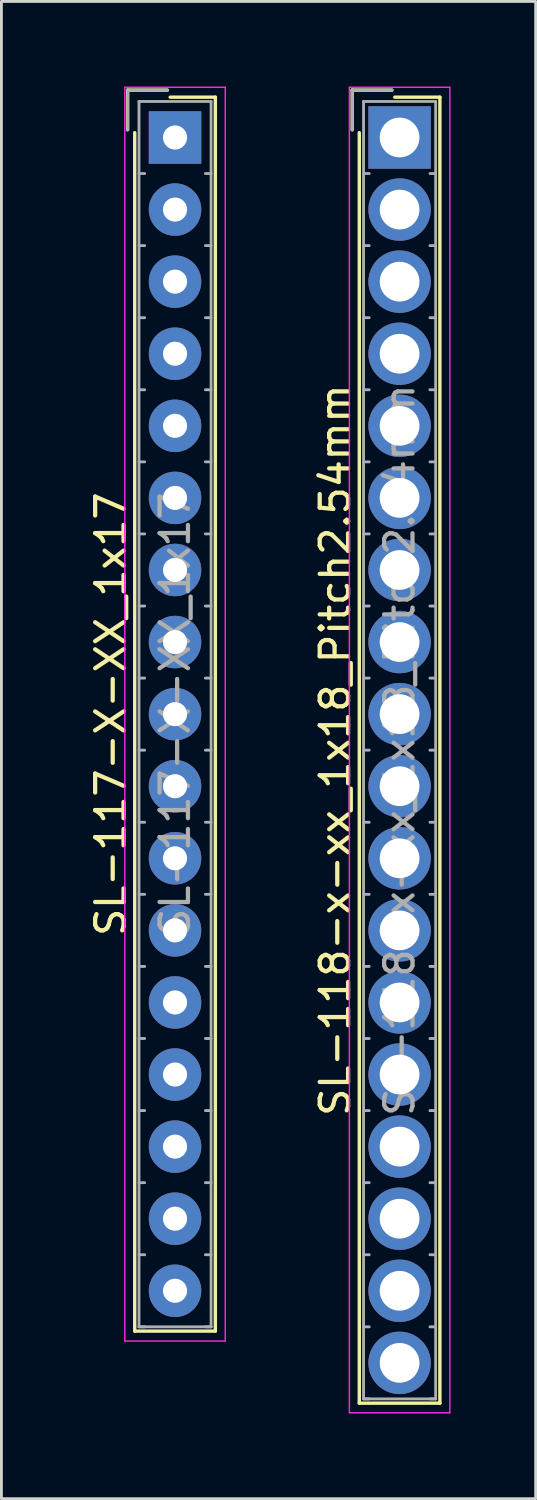
<source format=kicad_pcb>
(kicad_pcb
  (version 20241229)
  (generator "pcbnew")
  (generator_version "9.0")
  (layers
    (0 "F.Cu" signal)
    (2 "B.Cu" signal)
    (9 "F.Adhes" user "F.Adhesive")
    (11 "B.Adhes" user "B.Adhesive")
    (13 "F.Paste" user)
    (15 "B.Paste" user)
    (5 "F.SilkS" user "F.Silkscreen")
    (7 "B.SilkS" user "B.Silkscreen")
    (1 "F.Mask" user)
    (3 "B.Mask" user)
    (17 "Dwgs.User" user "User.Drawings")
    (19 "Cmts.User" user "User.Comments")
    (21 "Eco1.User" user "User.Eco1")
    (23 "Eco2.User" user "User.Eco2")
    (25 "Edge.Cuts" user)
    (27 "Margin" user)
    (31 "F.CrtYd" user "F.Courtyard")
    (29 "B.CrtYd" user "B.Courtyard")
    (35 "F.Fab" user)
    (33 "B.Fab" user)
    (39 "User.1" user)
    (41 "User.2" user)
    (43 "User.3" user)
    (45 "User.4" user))
  (footprint "SL-118-x-xx_1x18_Pitch2.54mm"
    (layer "F.Cu")
    (at 11.031 1.795)
    (property "Reference" "SL-118-x-xx_1x18_Pitch2.54mm" (at -2.27 21.59 90) (layer "F.SilkS") (effects (font (size 1 1) (thickness 0.15))))
    (attr through_hole)
    (fp_line (start -1.67 -1.67) (end -1.67 -0.27) (stroke (width 0.12) (type solid)) (layer "F.SilkS"))
    (fp_line (start -1.42 44.6) (end -1.42 -0.17) (stroke (width 0.12) (type solid)) (layer "F.SilkS"))
    (fp_line (start -0.27 -1.67) (end -1.67 -1.67) (stroke (width 0.12) (type solid)) (layer "F.SilkS"))
    (fp_line (start -0.17 -1.42) (end 1.42 -1.42) (stroke (width 0.12) (type solid)) (layer "F.SilkS"))
    (fp_line (start 1.42 -1.42) (end 1.42 44.6) (stroke (width 0.12) (type solid)) (layer "F.SilkS"))
    (fp_line (start 1.42 44.6) (end -1.42 44.6) (stroke (width 0.12) (type solid)) (layer "F.SilkS"))
    (fp_line (start -1.77 -1.77) (end -1.77 44.94) (stroke (width 0.05) (type solid)) (layer "F.CrtYd"))
    (fp_line (start -1.77 44.94) (end 1.77 44.94) (stroke (width 0.05) (type solid)) (layer "F.CrtYd"))
    (fp_line (start 1.77 -1.77) (end -1.77 -1.77) (stroke (width 0.05) (type solid)) (layer "F.CrtYd"))
    (fp_line (start 1.77 44.94) (end 1.77 -1.77) (stroke (width 0.05) (type solid)) (layer "F.CrtYd"))
    (fp_line (start -1.67 -1.67) (end -1.67 -0.27) (stroke (width 0.1) (type solid)) (layer "F.Fab"))
    (fp_line (start -1.27 -1.27) (end -1.27 44.45) (stroke (width 0.1) (type solid)) (layer "F.Fab"))
    (fp_line (start -1.27 1.27) (end -1.07 1.27) (stroke (width 0.1) (type solid)) (layer "F.Fab"))
    (fp_line (start -1.27 3.81) (end -1.07 3.81) (stroke (width 0.1) (type solid)) (layer "F.Fab"))
    (fp_line (start -1.27 6.35) (end -1.07 6.35) (stroke (width 0.1) (type solid)) (layer "F.Fab"))
    (fp_line (start -1.27 8.89) (end -1.07 8.89) (stroke (width 0.1) (type solid)) (layer "F.Fab"))
    (fp_line (start -1.27 11.43) (end -1.07 11.43) (stroke (width 0.1) (type solid)) (layer "F.Fab"))
    (fp_line (start -1.27 13.97) (end -1.07 13.97) (stroke (width 0.1) (type solid)) (layer "F.Fab"))
    (fp_line (start -1.27 16.51) (end -1.07 16.51) (stroke (width 0.1) (type solid)) (layer "F.Fab"))
    (fp_line (start -1.27 19.05) (end -1.07 19.05) (stroke (width 0.1) (type solid)) (layer "F.Fab"))
    (fp_line (start -1.27 21.59) (end -1.07 21.59) (stroke (width 0.1) (type solid)) (layer "F.Fab"))
    (fp_line (start -1.27 24.13) (end -1.07 24.13) (stroke (width 0.1) (type solid)) (layer "F.Fab"))
    (fp_line (start -1.27 26.67) (end -1.07 26.67) (stroke (width 0.1) (type solid)) (layer "F.Fab"))
    (fp_line (start -1.27 29.21) (end -1.07 29.21) (stroke (width 0.1) (type solid)) (layer "F.Fab"))
    (fp_line (start -1.27 31.75) (end -1.07 31.75) (stroke (width 0.1) (type solid)) (layer "F.Fab"))
    (fp_line (start -1.27 34.29) (end -1.07 34.29) (stroke (width 0.1) (type solid)) (layer "F.Fab"))
    (fp_line (start -1.27 36.83) (end -1.07 36.83) (stroke (width 0.1) (type solid)) (layer "F.Fab"))
    (fp_line (start -1.27 39.37) (end -1.07 39.37) (stroke (width 0.1) (type solid)) (layer "F.Fab"))
    (fp_line (start -1.27 41.91) (end -1.07 41.91) (stroke (width 0.1) (type solid)) (layer "F.Fab"))
    (fp_line (start -1.27 44.45) (end -1.07 44.45) (stroke (width 0.1) (type solid)) (layer "F.Fab"))
    (fp_line (start -1.27 44.45) (end 1.27 44.45) (stroke (width 0.1) (type solid)) (layer "F.Fab"))
    (fp_line (start -0.27 -1.67) (end -1.67 -1.67) (stroke (width 0.1) (type solid)) (layer "F.Fab"))
    (fp_line (start 1.27 -1.27) (end -1.27 -1.27) (stroke (width 0.1) (type solid)) (layer "F.Fab"))
    (fp_line (start 1.27 1.27) (end 1.07 1.27) (stroke (width 0.1) (type solid)) (layer "F.Fab"))
    (fp_line (start 1.27 3.81) (end 1.07 3.81) (stroke (width 0.1) (type solid)) (layer "F.Fab"))
    (fp_line (start 1.27 6.35) (end 1.07 6.35) (stroke (width 0.1) (type solid)) (layer "F.Fab"))
    (fp_line (start 1.27 8.89) (end 1.07 8.89) (stroke (width 0.1) (type solid)) (layer "F.Fab"))
    (fp_line (start 1.27 11.43) (end 1.07 11.43) (stroke (width 0.1) (type solid)) (layer "F.Fab"))
    (fp_line (start 1.27 13.97) (end 1.07 13.97) (stroke (width 0.1) (type solid)) (layer "F.Fab"))
    (fp_line (start 1.27 16.51) (end 1.07 16.51) (stroke (width 0.1) (type solid)) (layer "F.Fab"))
    (fp_line (start 1.27 19.05) (end 1.07 19.05) (stroke (width 0.1) (type solid)) (layer "F.Fab"))
    (fp_line (start 1.27 21.59) (end 1.07 21.59) (stroke (width 0.1) (type solid)) (layer "F.Fab"))
    (fp_line (start 1.27 24.13) (end 1.07 24.13) (stroke (width 0.1) (type solid)) (layer "F.Fab"))
    (fp_line (start 1.27 26.67) (end 1.07 26.67) (stroke (width 0.1) (type solid)) (layer "F.Fab"))
    (fp_line (start 1.27 29.21) (end 1.07 29.21) (stroke (width 0.1) (type solid)) (layer "F.Fab"))
    (fp_line (start 1.27 31.75) (end 1.07 31.75) (stroke (width 0.1) (type solid)) (layer "F.Fab"))
    (fp_line (start 1.27 34.29) (end 1.07 34.29) (stroke (width 0.1) (type solid)) (layer "F.Fab"))
    (fp_line (start 1.27 36.83) (end 1.07 36.83) (stroke (width 0.1) (type solid)) (layer "F.Fab"))
    (fp_line (start 1.27 39.37) (end 1.07 39.37) (stroke (width 0.1) (type solid)) (layer "F.Fab"))
    (fp_line (start 1.27 41.91) (end 1.07 41.91) (stroke (width 0.1) (type solid)) (layer "F.Fab"))
    (fp_line (start 1.27 44.45) (end 1.07 44.45) (stroke (width 0.1) (type solid)) (layer "F.Fab"))
    (fp_line (start 1.27 44.45) (end 1.27 -1.27) (stroke (width 0.1) (type solid)) (layer "F.Fab"))
    (fp_text user "${REFERENCE}" (at 0 21.59 90) (layer "F.Fab") (effects (font (size 1 1) (thickness 0.15))))
    (pad "1" thru_hole rect (at 0 0) (size 2.2 2.2) (drill 1.4) (layers "*.Cu" "*.Mask"))
    (pad "2" thru_hole circle (at 0 2.54) (size 2.2 2.2) (drill 1.4) (layers "*.Cu" "*.Mask"))
    (pad "3" thru_hole circle (at 0 5.08) (size 2.2 2.2) (drill 1.4) (layers "*.Cu" "*.Mask"))
    (pad "4" thru_hole circle (at 0 7.62) (size 2.2 2.2) (drill 1.4) (layers "*.Cu" "*.Mask"))
    (pad "5" thru_hole circle (at 0 10.16) (size 2.2 2.2) (drill 1.4) (layers "*.Cu" "*.Mask"))
    (pad "6" thru_hole circle (at 0 12.7) (size 2.2 2.2) (drill 1.4) (layers "*.Cu" "*.Mask"))
    (pad "7" thru_hole circle (at 0 15.24) (size 2.2 2.2) (drill 1.4) (layers "*.Cu" "*.Mask"))
    (pad "8" thru_hole circle (at 0 17.78) (size 2.2 2.2) (drill 1.4) (layers "*.Cu" "*.Mask"))
    (pad "9" thru_hole circle (at 0 20.32) (size 2.2 2.2) (drill 1.4) (layers "*.Cu" "*.Mask"))
    (pad "10" thru_hole circle (at 0 22.86) (size 2.2 2.2) (drill 1.4) (layers "*.Cu" "*.Mask"))
    (pad "11" thru_hole circle (at 0 25.4) (size 2.2 2.2) (drill 1.4) (layers "*.Cu" "*.Mask"))
    (pad "12" thru_hole circle (at 0 27.94) (size 2.2 2.2) (drill 1.4) (layers "*.Cu" "*.Mask"))
    (pad "13" thru_hole circle (at 0 30.48) (size 2.2 2.2) (drill 1.4) (layers "*.Cu" "*.Mask"))
    (pad "14" thru_hole circle (at 0 33.02) (size 2.2 2.2) (drill 1.4) (layers "*.Cu" "*.Mask"))
    (pad "15" thru_hole circle (at 0 35.56) (size 2.2 2.2) (drill 1.4) (layers "*.Cu" "*.Mask"))
    (pad "16" thru_hole circle (at 0 38.1) (size 2.2 2.2) (drill 1.4) (layers "*.Cu" "*.Mask"))
    (pad "17" thru_hole circle (at 0 40.64) (size 2.2 2.2) (drill 1.4) (layers "*.Cu" "*.Mask"))
    (pad "18" thru_hole circle (at 0 43.18) (size 2.2 2.2) (drill 1.4) (layers "*.Cu" "*.Mask")))
  (footprint "SL-117-X-XX_1x17"
    (layer "F.Cu")
    (at 3.118 1.795)
    (property "Reference" "SL-117-X-XX_1x17" (at -2.27 20.32 90) (layer "F.SilkS") (effects (font (size 1 1) (thickness 0.15))))
    (attr through_hole)
    (fp_line (start -1.67 -1.67) (end -1.67 -0.27) (stroke (width 0.12) (type solid)) (layer "F.SilkS"))
    (fp_line (start -1.42 42.06) (end -1.42 -0.17) (stroke (width 0.12) (type solid)) (layer "F.SilkS"))
    (fp_line (start -0.27 -1.67) (end -1.67 -1.67) (stroke (width 0.12) (type solid)) (layer "F.SilkS"))
    (fp_line (start -0.17 -1.42) (end 1.42 -1.42) (stroke (width 0.12) (type solid)) (layer "F.SilkS"))
    (fp_line (start 1.42 -1.42) (end 1.42 42.06) (stroke (width 0.12) (type solid)) (layer "F.SilkS"))
    (fp_line (start 1.42 42.06) (end -1.42 42.06) (stroke (width 0.12) (type solid)) (layer "F.SilkS"))
    (fp_line (start -1.77 -1.77) (end -1.77 42.41) (stroke (width 0.05) (type solid)) (layer "F.CrtYd"))
    (fp_line (start -1.77 42.41) (end 1.77 42.41) (stroke (width 0.05) (type solid)) (layer "F.CrtYd"))
    (fp_line (start 1.77 -1.77) (end -1.77 -1.77) (stroke (width 0.05) (type solid)) (layer "F.CrtYd"))
    (fp_line (start 1.77 42.41) (end 1.77 -1.77) (stroke (width 0.05) (type solid)) (layer "F.CrtYd"))
    (fp_line (start -1.67 -1.67) (end -1.67 -0.27) (stroke (width 0.1) (type solid)) (layer "F.Fab"))
    (fp_line (start -1.27 -1.27) (end -1.27 41.91) (stroke (width 0.1) (type solid)) (layer "F.Fab"))
    (fp_line (start -1.27 1.27) (end -1.07 1.27) (stroke (width 0.1) (type solid)) (layer "F.Fab"))
    (fp_line (start -1.27 3.81) (end -1.07 3.81) (stroke (width 0.1) (type solid)) (layer "F.Fab"))
    (fp_line (start -1.27 6.35) (end -1.07 6.35) (stroke (width 0.1) (type solid)) (layer "F.Fab"))
    (fp_line (start -1.27 8.89) (end -1.07 8.89) (stroke (width 0.1) (type solid)) (layer "F.Fab"))
    (fp_line (start -1.27 11.43) (end -1.07 11.43) (stroke (width 0.1) (type solid)) (layer "F.Fab"))
    (fp_line (start -1.27 13.97) (end -1.07 13.97) (stroke (width 0.1) (type solid)) (layer "F.Fab"))
    (fp_line (start -1.27 16.51) (end -1.07 16.51) (stroke (width 0.1) (type solid)) (layer "F.Fab"))
    (fp_line (start -1.27 19.05) (end -1.07 19.05) (stroke (width 0.1) (type solid)) (layer "F.Fab"))
    (fp_line (start -1.27 21.59) (end -1.07 21.59) (stroke (width 0.1) (type solid)) (layer "F.Fab"))
    (fp_line (start -1.27 24.13) (end -1.07 24.13) (stroke (width 0.1) (type solid)) (layer "F.Fab"))
    (fp_line (start -1.27 26.67) (end -1.07 26.67) (stroke (width 0.1) (type solid)) (layer "F.Fab"))
    (fp_line (start -1.27 29.21) (end -1.07 29.21) (stroke (width 0.1) (type solid)) (layer "F.Fab"))
    (fp_line (start -1.27 31.75) (end -1.07 31.75) (stroke (width 0.1) (type solid)) (layer "F.Fab"))
    (fp_line (start -1.27 34.29) (end -1.07 34.29) (stroke (width 0.1) (type solid)) (layer "F.Fab"))
    (fp_line (start -1.27 36.83) (end -1.07 36.83) (stroke (width 0.1) (type solid)) (layer "F.Fab"))
    (fp_line (start -1.27 39.37) (end -1.07 39.37) (stroke (width 0.1) (type solid)) (layer "F.Fab"))
    (fp_line (start -1.27 41.91) (end -1.07 41.91) (stroke (width 0.1) (type solid)) (layer "F.Fab"))
    (fp_line (start -1.27 41.91) (end 1.27 41.91) (stroke (width 0.1) (type solid)) (layer "F.Fab"))
    (fp_line (start -0.27 -1.67) (end -1.67 -1.67) (stroke (width 0.1) (type solid)) (layer "F.Fab"))
    (fp_line (start 1.27 -1.27) (end -1.27 -1.27) (stroke (width 0.1) (type solid)) (layer "F.Fab"))
    (fp_line (start 1.27 1.27) (end 1.07 1.27) (stroke (width 0.1) (type solid)) (layer "F.Fab"))
    (fp_line (start 1.27 3.81) (end 1.07 3.81) (stroke (width 0.1) (type solid)) (layer "F.Fab"))
    (fp_line (start 1.27 6.35) (end 1.07 6.35) (stroke (width 0.1) (type solid)) (layer "F.Fab"))
    (fp_line (start 1.27 8.89) (end 1.07 8.89) (stroke (width 0.1) (type solid)) (layer "F.Fab"))
    (fp_line (start 1.27 11.43) (end 1.07 11.43) (stroke (width 0.1) (type solid)) (layer "F.Fab"))
    (fp_line (start 1.27 13.97) (end 1.07 13.97) (stroke (width 0.1) (type solid)) (layer "F.Fab"))
    (fp_line (start 1.27 16.51) (end 1.07 16.51) (stroke (width 0.1) (type solid)) (layer "F.Fab"))
    (fp_line (start 1.27 19.05) (end 1.07 19.05) (stroke (width 0.1) (type solid)) (layer "F.Fab"))
    (fp_line (start 1.27 21.59) (end 1.07 21.59) (stroke (width 0.1) (type solid)) (layer "F.Fab"))
    (fp_line (start 1.27 24.13) (end 1.07 24.13) (stroke (width 0.1) (type solid)) (layer "F.Fab"))
    (fp_line (start 1.27 26.67) (end 1.07 26.67) (stroke (width 0.1) (type solid)) (layer "F.Fab"))
    (fp_line (start 1.27 29.21) (end 1.07 29.21) (stroke (width 0.1) (type solid)) (layer "F.Fab"))
    (fp_line (start 1.27 31.75) (end 1.07 31.75) (stroke (width 0.1) (type solid)) (layer "F.Fab"))
    (fp_line (start 1.27 34.29) (end 1.07 34.29) (stroke (width 0.1) (type solid)) (layer "F.Fab"))
    (fp_line (start 1.27 36.83) (end 1.07 36.83) (stroke (width 0.1) (type solid)) (layer "F.Fab"))
    (fp_line (start 1.27 39.37) (end 1.07 39.37) (stroke (width 0.1) (type solid)) (layer "F.Fab"))
    (fp_line (start 1.27 41.91) (end 1.07 41.91) (stroke (width 0.1) (type solid)) (layer "F.Fab"))
    (fp_line (start 1.27 41.91) (end 1.27 -1.27) (stroke (width 0.1) (type solid)) (layer "F.Fab"))
    (fp_text user "${REFERENCE}" (at 0 20.32 90) (layer "F.Fab") (effects (font (size 1 1) (thickness 0.15))))
    (pad "1" thru_hole rect (at 0 0) (size 1.85 1.85) (drill 0.85) (layers "*.Cu" "*.Mask"))
    (pad "2" thru_hole circle (at 0 2.54) (size 1.85 1.85) (drill 0.85) (layers "*.Cu" "*.Mask"))
    (pad "3" thru_hole circle (at 0 5.08) (size 1.85 1.85) (drill 0.85) (layers "*.Cu" "*.Mask"))
    (pad "4" thru_hole circle (at 0 7.62) (size 1.85 1.85) (drill 0.85) (layers "*.Cu" "*.Mask"))
    (pad "5" thru_hole circle (at 0 10.16) (size 1.85 1.85) (drill 0.85) (layers "*.Cu" "*.Mask"))
    (pad "6" thru_hole circle (at 0 12.7) (size 1.85 1.85) (drill 0.85) (layers "*.Cu" "*.Mask"))
    (pad "7" thru_hole circle (at 0 15.24) (size 1.85 1.85) (drill 0.85) (layers "*.Cu" "*.Mask"))
    (pad "8" thru_hole circle (at 0 17.78) (size 1.85 1.85) (drill 0.85) (layers "*.Cu" "*.Mask"))
    (pad "9" thru_hole circle (at 0 20.32) (size 1.85 1.85) (drill 0.85) (layers "*.Cu" "*.Mask"))
    (pad "10" thru_hole circle (at 0 22.86) (size 1.85 1.85) (drill 0.85) (layers "*.Cu" "*.Mask"))
    (pad "11" thru_hole circle (at 0 25.4) (size 1.85 1.85) (drill 0.85) (layers "*.Cu" "*.Mask"))
    (pad "12" thru_hole circle (at 0 27.94) (size 1.85 1.85) (drill 0.85) (layers "*.Cu" "*.Mask"))
    (pad "13" thru_hole circle (at 0 30.48) (size 1.85 1.85) (drill 0.85) (layers "*.Cu" "*.Mask"))
    (pad "14" thru_hole circle (at 0 33.02) (size 1.85 1.85) (drill 0.85) (layers "*.Cu" "*.Mask"))
    (pad "15" thru_hole circle (at 0 35.56) (size 1.85 1.85) (drill 0.85) (layers "*.Cu" "*.Mask"))
    (pad "16" thru_hole circle (at 0 38.1) (size 1.85 1.85) (drill 0.85) (layers "*.Cu" "*.Mask"))
    (pad "17" thru_hole circle (at 0 40.64) (size 1.85 1.85) (drill 0.85) (layers "*.Cu" "*.Mask")))
  (gr_rect
    (start -3 -3)
    (end 15.826 49.76)
    (stroke (width 0.1) (type default))
    (fill no)
    (layer "Edge.Cuts")))
</source>
